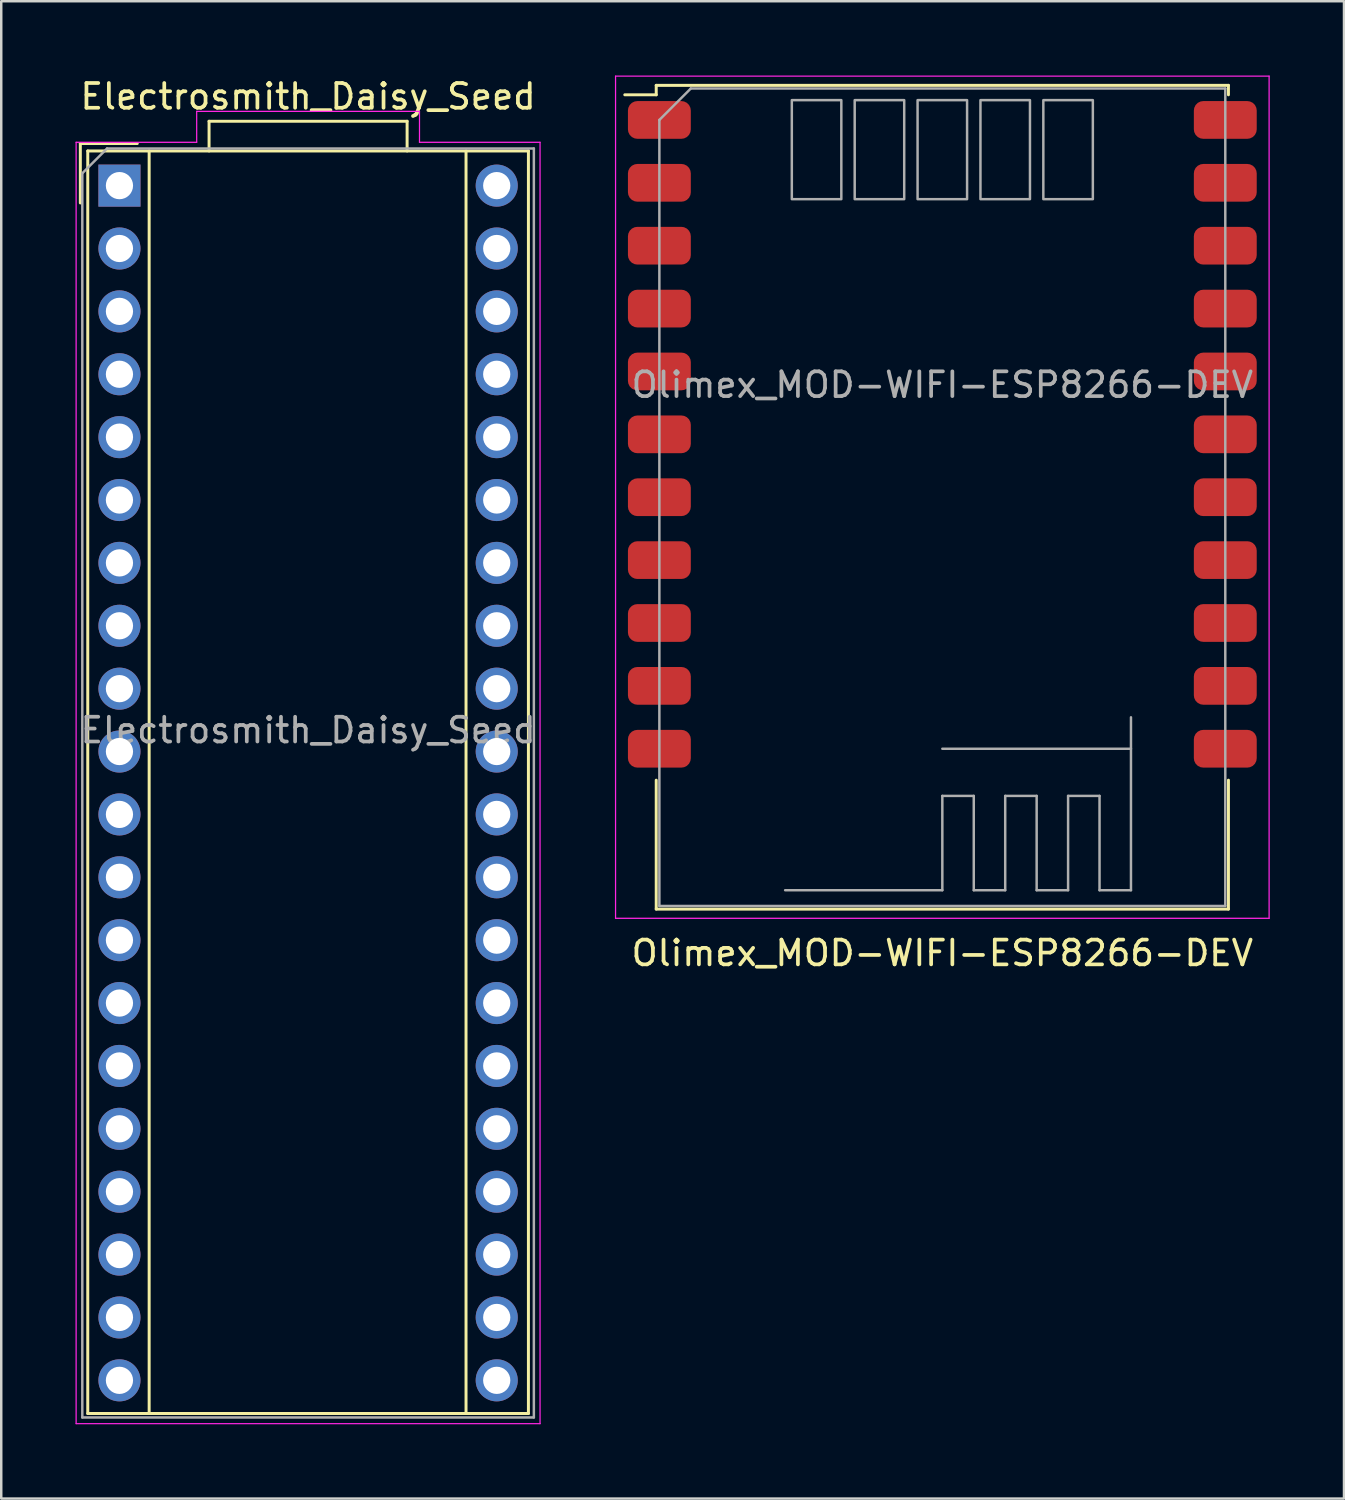
<source format=kicad_pcb>
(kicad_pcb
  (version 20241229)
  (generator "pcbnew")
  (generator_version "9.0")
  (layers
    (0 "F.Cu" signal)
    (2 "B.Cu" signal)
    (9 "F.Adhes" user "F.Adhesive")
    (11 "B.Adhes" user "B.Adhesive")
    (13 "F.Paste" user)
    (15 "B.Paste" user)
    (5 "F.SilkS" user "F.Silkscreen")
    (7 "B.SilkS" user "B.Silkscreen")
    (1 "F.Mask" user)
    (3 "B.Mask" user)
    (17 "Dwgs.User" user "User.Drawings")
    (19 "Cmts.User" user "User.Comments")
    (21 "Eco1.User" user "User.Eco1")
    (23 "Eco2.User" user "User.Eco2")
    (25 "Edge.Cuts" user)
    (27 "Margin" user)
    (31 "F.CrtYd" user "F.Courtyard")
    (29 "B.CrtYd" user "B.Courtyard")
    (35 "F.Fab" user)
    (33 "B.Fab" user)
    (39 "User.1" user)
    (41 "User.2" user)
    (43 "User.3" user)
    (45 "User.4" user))
  (footprint "Electrosmith_Daisy_Seed"
    (layer "F.Cu")
    (at 1.775 4.448)
    (property "Reference" "Electrosmith_Daisy_Seed" (at 7.62 -3.6 0) (layer "F.SilkS") (effects (font (size 1 1) (thickness 0.15))))
    (attr through_hole)
    (fp_line (start -1.58 -1.7) (end -1.58 0.7) (stroke (width 0.12) (type solid)) (layer "F.SilkS"))
    (fp_line (start -1.28 -1.4) (end 16.52 -1.4) (stroke (width 0.12) (type solid)) (layer "F.SilkS"))
    (fp_line (start -1.28 49.6) (end -1.28 -1.4) (stroke (width 0.12) (type solid)) (layer "F.SilkS"))
    (fp_line (start 0.72 -1.7) (end -1.58 -1.7) (stroke (width 0.12) (type solid)) (layer "F.SilkS"))
    (fp_line (start 1.2 -1.4) (end 1.2 49.6) (stroke (width 0.12) (type solid)) (layer "F.SilkS"))
    (fp_line (start 3.62 -2.6) (end 11.62 -2.6) (stroke (width 0.12) (type solid)) (layer "F.SilkS"))
    (fp_line (start 3.62 -1.4) (end 3.62 -2.6) (stroke (width 0.12) (type solid)) (layer "F.SilkS"))
    (fp_line (start 11.62 -2.6) (end 11.62 -1.4) (stroke (width 0.12) (type solid)) (layer "F.SilkS"))
    (fp_line (start 14 -1.4) (end 14 49.6) (stroke (width 0.12) (type solid)) (layer "F.SilkS"))
    (fp_line (start 16.52 -1.4) (end 16.52 49.6) (stroke (width 0.12) (type solid)) (layer "F.SilkS"))
    (fp_line (start 16.52 49.6) (end -1.28 49.6) (stroke (width 0.12) (type solid)) (layer "F.SilkS"))
    (fp_line (start -1.75 -1.75) (end 3.12 -1.75) (stroke (width 0.05) (type solid)) (layer "F.CrtYd"))
    (fp_line (start -1.75 50.01) (end -1.75 -1.75) (stroke (width 0.05) (type solid)) (layer "F.CrtYd"))
    (fp_line (start 3.12 -3) (end 12.12 -3) (stroke (width 0.05) (type solid)) (layer "F.CrtYd"))
    (fp_line (start 3.12 -1.75) (end 3.12 -3) (stroke (width 0.05) (type solid)) (layer "F.CrtYd"))
    (fp_line (start 12.12 -3) (end 12.12 -1.75) (stroke (width 0.05) (type solid)) (layer "F.CrtYd"))
    (fp_line (start 12.12 -1.75) (end 16.99 -1.75) (stroke (width 0.05) (type solid)) (layer "F.CrtYd"))
    (fp_line (start 16.99 -1.75) (end 16.99 50.01) (stroke (width 0.05) (type solid)) (layer "F.CrtYd"))
    (fp_line (start 16.99 50.01) (end -1.75 50.01) (stroke (width 0.05) (type solid)) (layer "F.CrtYd"))
    (fp_line (start -1.5 -0.5) (end -1.5 49.76) (stroke (width 0.1) (type solid)) (layer "F.Fab"))
    (fp_line (start -1.5 49.76) (end 16.74 49.76) (stroke (width 0.1) (type solid)) (layer "F.Fab"))
    (fp_line (start -0.5 -1.5) (end -1.5 -0.5) (stroke (width 0.1) (type solid)) (layer "F.Fab"))
    (fp_line (start 16.74 -1.5) (end -0.5 -1.5) (stroke (width 0.1) (type solid)) (layer "F.Fab"))
    (fp_line (start 16.74 49.76) (end 16.74 -1.5) (stroke (width 0.1) (type solid)) (layer "F.Fab"))
    (fp_text user "${REFERENCE}" (at 7.62 22 0) (layer "F.Fab") (effects (font (size 1 1) (thickness 0.15))))
    (pad "1" thru_hole rect (at 0 0) (size 1.7 1.7) (drill 1.1) (layers "*.Cu" "*.Mask"))
    (pad "2" thru_hole circle (at 0 2.54) (size 1.7 1.7) (drill 1.1) (layers "*.Cu" "*.Mask"))
    (pad "3" thru_hole circle (at 0 5.08) (size 1.7 1.7) (drill 1.1) (layers "*.Cu" "*.Mask"))
    (pad "4" thru_hole circle (at 0 7.62) (size 1.7 1.7) (drill 1.1) (layers "*.Cu" "*.Mask"))
    (pad "5" thru_hole circle (at 0 10.16) (size 1.7 1.7) (drill 1.1) (layers "*.Cu" "*.Mask"))
    (pad "6" thru_hole circle (at 0 12.7) (size 1.7 1.7) (drill 1.1) (layers "*.Cu" "*.Mask"))
    (pad "7" thru_hole circle (at 0 15.24) (size 1.7 1.7) (drill 1.1) (layers "*.Cu" "*.Mask"))
    (pad "8" thru_hole circle (at 0 17.78) (size 1.7 1.7) (drill 1.1) (layers "*.Cu" "*.Mask"))
    (pad "9" thru_hole circle (at 0 20.32) (size 1.7 1.7) (drill 1.1) (layers "*.Cu" "*.Mask"))
    (pad "10" thru_hole circle (at 0 22.86) (size 1.7 1.7) (drill 1.1) (layers "*.Cu" "*.Mask"))
    (pad "11" thru_hole circle (at 0 25.4) (size 1.7 1.7) (drill 1.1) (layers "*.Cu" "*.Mask"))
    (pad "12" thru_hole circle (at 0 27.94) (size 1.7 1.7) (drill 1.1) (layers "*.Cu" "*.Mask"))
    (pad "13" thru_hole circle (at 0 30.48) (size 1.7 1.7) (drill 1.1) (layers "*.Cu" "*.Mask"))
    (pad "14" thru_hole circle (at 0 33.02) (size 1.7 1.7) (drill 1.1) (layers "*.Cu" "*.Mask"))
    (pad "15" thru_hole circle (at 0 35.56) (size 1.7 1.7) (drill 1.1) (layers "*.Cu" "*.Mask"))
    (pad "16" thru_hole circle (at 0 38.1) (size 1.7 1.7) (drill 1.1) (layers "*.Cu" "*.Mask"))
    (pad "17" thru_hole circle (at 0 40.64) (size 1.7 1.7) (drill 1.1) (layers "*.Cu" "*.Mask"))
    (pad "18" thru_hole circle (at 0 43.18) (size 1.7 1.7) (drill 1.1) (layers "*.Cu" "*.Mask"))
    (pad "19" thru_hole circle (at 0 45.72) (size 1.7 1.7) (drill 1.1) (layers "*.Cu" "*.Mask"))
    (pad "20" thru_hole circle (at 0 48.26) (size 1.7 1.7) (drill 1.1) (layers "*.Cu" "*.Mask"))
    (pad "21" thru_hole circle (at 15.24 48.26) (size 1.7 1.7) (drill 1.1) (layers "*.Cu" "*.Mask"))
    (pad "22" thru_hole circle (at 15.24 45.72) (size 1.7 1.7) (drill 1.1) (layers "*.Cu" "*.Mask"))
    (pad "23" thru_hole circle (at 15.24 43.18) (size 1.7 1.7) (drill 1.1) (layers "*.Cu" "*.Mask"))
    (pad "24" thru_hole circle (at 15.24 40.64) (size 1.7 1.7) (drill 1.1) (layers "*.Cu" "*.Mask"))
    (pad "25" thru_hole circle (at 15.24 38.1) (size 1.7 1.7) (drill 1.1) (layers "*.Cu" "*.Mask"))
    (pad "26" thru_hole circle (at 15.24 35.56) (size 1.7 1.7) (drill 1.1) (layers "*.Cu" "*.Mask"))
    (pad "27" thru_hole circle (at 15.24 33.02) (size 1.7 1.7) (drill 1.1) (layers "*.Cu" "*.Mask"))
    (pad "28" thru_hole circle (at 15.24 30.48) (size 1.7 1.7) (drill 1.1) (layers "*.Cu" "*.Mask"))
    (pad "29" thru_hole circle (at 15.24 27.94) (size 1.7 1.7) (drill 1.1) (layers "*.Cu" "*.Mask"))
    (pad "30" thru_hole circle (at 15.24 25.4) (size 1.7 1.7) (drill 1.1) (layers "*.Cu" "*.Mask"))
    (pad "31" thru_hole circle (at 15.24 22.86) (size 1.7 1.7) (drill 1.1) (layers "*.Cu" "*.Mask"))
    (pad "32" thru_hole circle (at 15.24 20.32) (size 1.7 1.7) (drill 1.1) (layers "*.Cu" "*.Mask"))
    (pad "33" thru_hole circle (at 15.24 17.78) (size 1.7 1.7) (drill 1.1) (layers "*.Cu" "*.Mask"))
    (pad "34" thru_hole circle (at 15.24 15.24) (size 1.7 1.7) (drill 1.1) (layers "*.Cu" "*.Mask"))
    (pad "35" thru_hole circle (at 15.24 12.7) (size 1.7 1.7) (drill 1.1) (layers "*.Cu" "*.Mask"))
    (pad "36" thru_hole circle (at 15.24 10.16) (size 1.7 1.7) (drill 1.1) (layers "*.Cu" "*.Mask"))
    (pad "37" thru_hole circle (at 15.24 7.62) (size 1.7 1.7) (drill 1.1) (layers "*.Cu" "*.Mask"))
    (pad "38" thru_hole circle (at 15.24 5.08) (size 1.7 1.7) (drill 1.1) (layers "*.Cu" "*.Mask"))
    (pad "39" thru_hole circle (at 15.24 2.54) (size 1.7 1.7) (drill 1.1) (layers "*.Cu" "*.Mask"))
    (pad "40" thru_hole circle (at 15.24 0) (size 1.7 1.7) (drill 1.1) (layers "*.Cu" "*.Mask")))
  (footprint "Olimex_MOD-WIFI-ESP8266-DEV"
    (layer "F.Cu")
    (at 35.015 14.495)
    (property "Reference" "Olimex_MOD-WIFI-ESP8266-DEV" (at 0 20.955 0) (layer "F.SilkS") (effects (font (size 1 1) (thickness 0.15))))
    (attr smd)
    (fp_line (start -11.557 -14.097) (end -11.557 -13.716) (stroke (width 0.12) (type solid)) (layer "F.SilkS"))
    (fp_line (start -11.557 -13.716) (end -12.827 -13.716) (stroke (width 0.12) (type solid)) (layer "F.SilkS"))
    (fp_line (start -11.557 13.97) (end -11.557 19.177) (stroke (width 0.12) (type solid)) (layer "F.SilkS"))
    (fp_line (start -11.557 19.177) (end 11.557 19.177) (stroke (width 0.12) (type solid)) (layer "F.SilkS"))
    (fp_line (start 11.557 -14.097) (end -11.557 -14.097) (stroke (width 0.12) (type solid)) (layer "F.SilkS"))
    (fp_line (start 11.557 -13.716) (end 11.557 -14.097) (stroke (width 0.12) (type solid)) (layer "F.SilkS"))
    (fp_line (start 11.557 19.177) (end 11.557 13.97) (stroke (width 0.12) (type solid)) (layer "F.SilkS"))
    (fp_line (start -13.2 -14.47) (end -13.2 19.55) (stroke (width 0.05) (type solid)) (layer "F.CrtYd"))
    (fp_line (start -13.2 19.55) (end 13.2 19.55) (stroke (width 0.05) (type solid)) (layer "F.CrtYd"))
    (fp_line (start 13.2 -14.47) (end -13.2 -14.47) (stroke (width 0.05) (type solid)) (layer "F.CrtYd"))
    (fp_line (start 13.2 19.55) (end 13.2 -14.47) (stroke (width 0.05) (type solid)) (layer "F.CrtYd"))
    (fp_line (start -11.43 -12.7) (end -11.43 19.05) (stroke (width 0.1) (type solid)) (layer "F.Fab"))
    (fp_line (start -11.43 19.05) (end 11.43 19.05) (stroke (width 0.1) (type solid)) (layer "F.Fab"))
    (fp_line (start -10.16 -13.97) (end -11.43 -12.7) (stroke (width 0.1) (type solid)) (layer "F.Fab"))
    (fp_line (start -10.16 -13.97) (end 11.43 -13.97) (stroke (width 0.1) (type solid)) (layer "F.Fab"))
    (fp_line (start -6.35 18.415) (end 0 18.415) (stroke (width 0.1) (type solid)) (layer "F.Fab"))
    (fp_line (start 0 14.605) (end 1.27 14.605) (stroke (width 0.1) (type solid)) (layer "F.Fab"))
    (fp_line (start 0 18.415) (end 0 14.605) (stroke (width 0.1) (type solid)) (layer "F.Fab"))
    (fp_line (start 1.27 14.605) (end 1.27 18.415) (stroke (width 0.1) (type solid)) (layer "F.Fab"))
    (fp_line (start 1.27 18.415) (end 2.54 18.415) (stroke (width 0.1) (type solid)) (layer "F.Fab"))
    (fp_line (start 2.54 14.605) (end 3.81 14.605) (stroke (width 0.1) (type solid)) (layer "F.Fab"))
    (fp_line (start 2.54 18.415) (end 2.54 14.605) (stroke (width 0.1) (type solid)) (layer "F.Fab"))
    (fp_line (start 3.81 14.605) (end 3.81 18.415) (stroke (width 0.1) (type solid)) (layer "F.Fab"))
    (fp_line (start 3.81 18.415) (end 5.08 18.415) (stroke (width 0.1) (type solid)) (layer "F.Fab"))
    (fp_line (start 5.08 14.605) (end 6.35 14.605) (stroke (width 0.1) (type solid)) (layer "F.Fab"))
    (fp_line (start 5.08 18.415) (end 5.08 14.605) (stroke (width 0.1) (type solid)) (layer "F.Fab"))
    (fp_line (start 6.35 14.605) (end 6.35 18.415) (stroke (width 0.1) (type solid)) (layer "F.Fab"))
    (fp_line (start 6.35 18.415) (end 7.62 18.415) (stroke (width 0.1) (type solid)) (layer "F.Fab"))
    (fp_line (start 7.62 12.7) (end 0 12.7) (stroke (width 0.1) (type solid)) (layer "F.Fab"))
    (fp_line (start 7.62 18.415) (end 7.62 11.43) (stroke (width 0.1) (type solid)) (layer "F.Fab"))
    (fp_line (start 11.43 -13.97) (end 11.43 19.05) (stroke (width 0.1) (type solid)) (layer "F.Fab"))
    (fp_poly (pts (xy -4.08 -9.5) (xy -6.08 -9.5) (xy -6.08 -13.5) (xy -4.08 -13.5)) (stroke (width 0.1) (type solid)) (fill no) (layer "F.Fab"))
    (fp_poly (pts (xy -1.54 -9.5) (xy -3.54 -9.5) (xy -3.54 -13.5) (xy -1.54 -13.5)) (stroke (width 0.1) (type solid)) (fill no) (layer "F.Fab"))
    (fp_poly (pts (xy 1 -9.5) (xy -1 -9.5) (xy -1 -13.5) (xy 1 -13.5)) (stroke (width 0.1) (type solid)) (fill no) (layer "F.Fab"))
    (fp_poly (pts (xy 3.54 -9.5) (xy 1.54 -9.5) (xy 1.54 -13.5) (xy 3.54 -13.5)) (stroke (width 0.1) (type solid)) (fill no) (layer "F.Fab"))
    (fp_poly (pts (xy 6.08 -9.5) (xy 4.08 -9.5) (xy 4.08 -13.5) (xy 6.08 -13.5)) (stroke (width 0.1) (type solid)) (fill no) (layer "F.Fab"))
    (fp_text user "${REFERENCE}" (at 0 -2 0) (unlocked yes) (layer "F.Fab") (effects (font (size 1 1) (thickness 0.15))))
    (pad "1" smd roundrect (at -11.43 -12.7) (size 2.54 1.524) (layers "F.Cu" "F.Mask" "F.Paste") (roundrect_rratio 0.25))
    (pad "2" smd roundrect (at -11.43 -10.16) (size 2.54 1.524) (layers "F.Cu" "F.Mask" "F.Paste") (roundrect_rratio 0.25))
    (pad "3" smd roundrect (at -11.43 -7.62) (size 2.54 1.524) (layers "F.Cu" "F.Mask" "F.Paste") (roundrect_rratio 0.25))
    (pad "4" smd roundrect (at -11.43 -5.08) (size 2.54 1.524) (layers "F.Cu" "F.Mask" "F.Paste") (roundrect_rratio 0.25))
    (pad "5" smd roundrect (at -11.43 -2.54) (size 2.54 1.524) (layers "F.Cu" "F.Mask" "F.Paste") (roundrect_rratio 0.25))
    (pad "6" smd roundrect (at -11.43 0) (size 2.54 1.524) (layers "F.Cu" "F.Mask" "F.Paste") (roundrect_rratio 0.25))
    (pad "7" smd roundrect (at -11.43 2.54) (size 2.54 1.524) (layers "F.Cu" "F.Mask" "F.Paste") (roundrect_rratio 0.25))
    (pad "8" smd roundrect (at -11.43 5.08) (size 2.54 1.524) (layers "F.Cu" "F.Mask" "F.Paste") (roundrect_rratio 0.25))
    (pad "9" smd roundrect (at -11.43 7.62) (size 2.54 1.524) (layers "F.Cu" "F.Mask" "F.Paste") (roundrect_rratio 0.25))
    (pad "10" smd roundrect (at -11.43 10.16) (size 2.54 1.524) (layers "F.Cu" "F.Mask" "F.Paste") (roundrect_rratio 0.25))
    (pad "11" smd roundrect (at -11.43 12.7) (size 2.54 1.524) (layers "F.Cu" "F.Mask" "F.Paste") (roundrect_rratio 0.25))
    (pad "12" smd roundrect (at 11.43 12.7) (size 2.54 1.524) (layers "F.Cu" "F.Mask" "F.Paste") (roundrect_rratio 0.25))
    (pad "13" smd roundrect (at 11.43 10.16) (size 2.54 1.524) (layers "F.Cu" "F.Mask" "F.Paste") (roundrect_rratio 0.25))
    (pad "14" smd roundrect (at 11.43 7.62) (size 2.54 1.524) (layers "F.Cu" "F.Mask" "F.Paste") (roundrect_rratio 0.25))
    (pad "15" smd roundrect (at 11.43 5.08) (size 2.54 1.524) (layers "F.Cu" "F.Mask" "F.Paste") (roundrect_rratio 0.25))
    (pad "16" smd roundrect (at 11.43 2.54) (size 2.54 1.524) (layers "F.Cu" "F.Mask" "F.Paste") (roundrect_rratio 0.25))
    (pad "17" smd roundrect (at 11.43 0) (size 2.54 1.524) (layers "F.Cu" "F.Mask" "F.Paste") (roundrect_rratio 0.25))
    (pad "18" smd roundrect (at 11.43 -2.54) (size 2.54 1.524) (layers "F.Cu" "F.Mask" "F.Paste") (roundrect_rratio 0.25))
    (pad "19" smd roundrect (at 11.43 -5.08) (size 2.54 1.524) (layers "F.Cu" "F.Mask" "F.Paste") (roundrect_rratio 0.25))
    (pad "20" smd roundrect (at 11.43 -7.62) (size 2.54 1.524) (layers "F.Cu" "F.Mask" "F.Paste") (roundrect_rratio 0.25))
    (pad "21" smd roundrect (at 11.43 -10.16) (size 2.54 1.524) (layers "F.Cu" "F.Mask" "F.Paste") (roundrect_rratio 0.25))
    (pad "22" smd roundrect (at 11.43 -12.7) (size 2.54 1.524) (layers "F.Cu" "F.Mask" "F.Paste") (roundrect_rratio 0.25))
    (zone (net_name "") (layer "F.Cu") (name "Exposed copper keepout") (hatch full 0.508) (connect_pads) (min_thickness 0.254) (filled_areas_thickness no) (keepout (tracks not_allowed) (vias not_allowed) (pads not_allowed) (copperpour not_allowed) (footprints allowed)) (placement (enabled no)) (fill) (polygon (pts (xy 42.015 5.995) (xy 28.015 5.995) (xy 28.015 0.495) (xy 42.015 0.495))))
    (zone (net_name "") (layers "F.Cu" "B.Cu") (name "Antenna Keepout") (hatch full 0.508) (connect_pads) (min_thickness 0.254) (filled_areas_thickness no) (keepout (tracks not_allowed) (vias not_allowed) (pads not_allowed) (copperpour not_allowed) (footprints not_allowed)) (placement (enabled no)) (fill) (polygon (pts (xy 44.54 28.465) (xy 47.08 28.465) (xy 47.08 34.18) (xy 22.95 34.18) (xy 22.95 28.465) (xy 25.49 28.465) (xy 25.49 25.925) (xy 44.54 25.925)))))
  (gr_rect
    (start -3 -3)
    (end 51.24 57.483)
    (stroke (width 0.1) (type default))
    (fill no)
    (layer "Edge.Cuts")))
</source>
